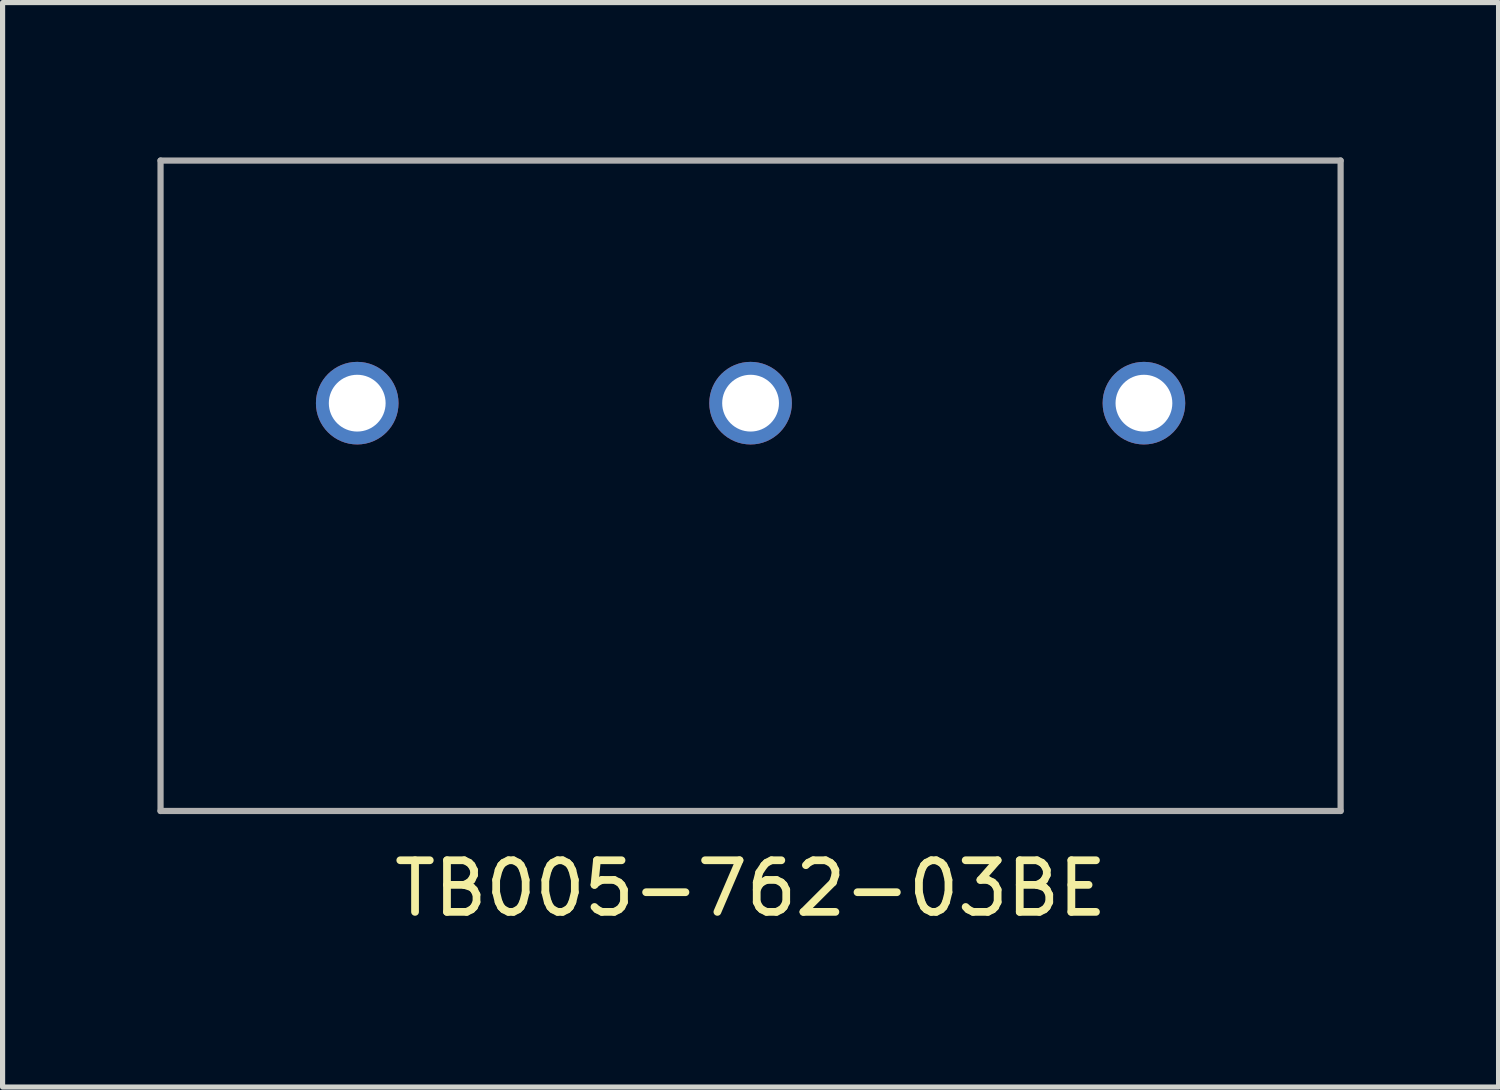
<source format=kicad_pcb>
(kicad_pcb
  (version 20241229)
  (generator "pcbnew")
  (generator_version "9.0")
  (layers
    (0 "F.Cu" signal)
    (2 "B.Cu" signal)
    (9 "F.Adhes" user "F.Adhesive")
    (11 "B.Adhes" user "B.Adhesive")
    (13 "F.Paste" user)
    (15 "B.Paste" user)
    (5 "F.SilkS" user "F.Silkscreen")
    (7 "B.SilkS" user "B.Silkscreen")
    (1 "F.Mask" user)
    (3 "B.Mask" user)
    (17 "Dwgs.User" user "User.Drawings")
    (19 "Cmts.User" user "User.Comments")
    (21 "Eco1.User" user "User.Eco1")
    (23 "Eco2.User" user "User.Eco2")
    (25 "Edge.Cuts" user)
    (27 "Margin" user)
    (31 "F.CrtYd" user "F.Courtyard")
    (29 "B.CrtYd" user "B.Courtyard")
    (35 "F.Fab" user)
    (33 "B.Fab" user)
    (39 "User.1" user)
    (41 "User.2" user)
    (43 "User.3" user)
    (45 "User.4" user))
  (footprint "TB005-762-03BE"
    (layer "F.Cu")
    (at 11.49 4.76)
    (property "Reference" "TB005-762-03BE" (at 0 9.4 0) (layer "F.SilkS") (effects (font (size 1 1) (thickness 0.15))))
    (attr through_hole)
    (fp_line (start -11.43 -4.7) (end -11.43 7.9) (stroke (width 0.12) (type solid)) (layer "F.Fab"))
    (fp_line (start -11.43 -4.7) (end 11.43 -4.7) (stroke (width 0.12) (type solid)) (layer "F.Fab"))
    (fp_line (start -11.43 7.9) (end 11.43 7.9) (stroke (width 0.12) (type solid)) (layer "F.Fab"))
    (fp_line (start 11.43 -4.7) (end 11.43 7.9) (stroke (width 0.12) (type solid)) (layer "F.Fab"))
    (pad "1" thru_hole circle (at -7.62 0) (size 1.6 1.6) (drill 1.1) (layers "*.Cu" "*.Mask"))
    (pad "2" thru_hole circle (at 0 0) (size 1.6 1.6) (drill 1.1) (layers "*.Cu" "*.Mask"))
    (pad "3" thru_hole circle (at 7.62 0) (size 1.6 1.6) (drill 1.1) (layers "*.Cu" "*.Mask")))
  (gr_rect
    (start -3 -3)
    (end 25.98 18.008)
    (stroke (width 0.1) (type default))
    (fill no)
    (layer "Edge.Cuts")))
</source>
